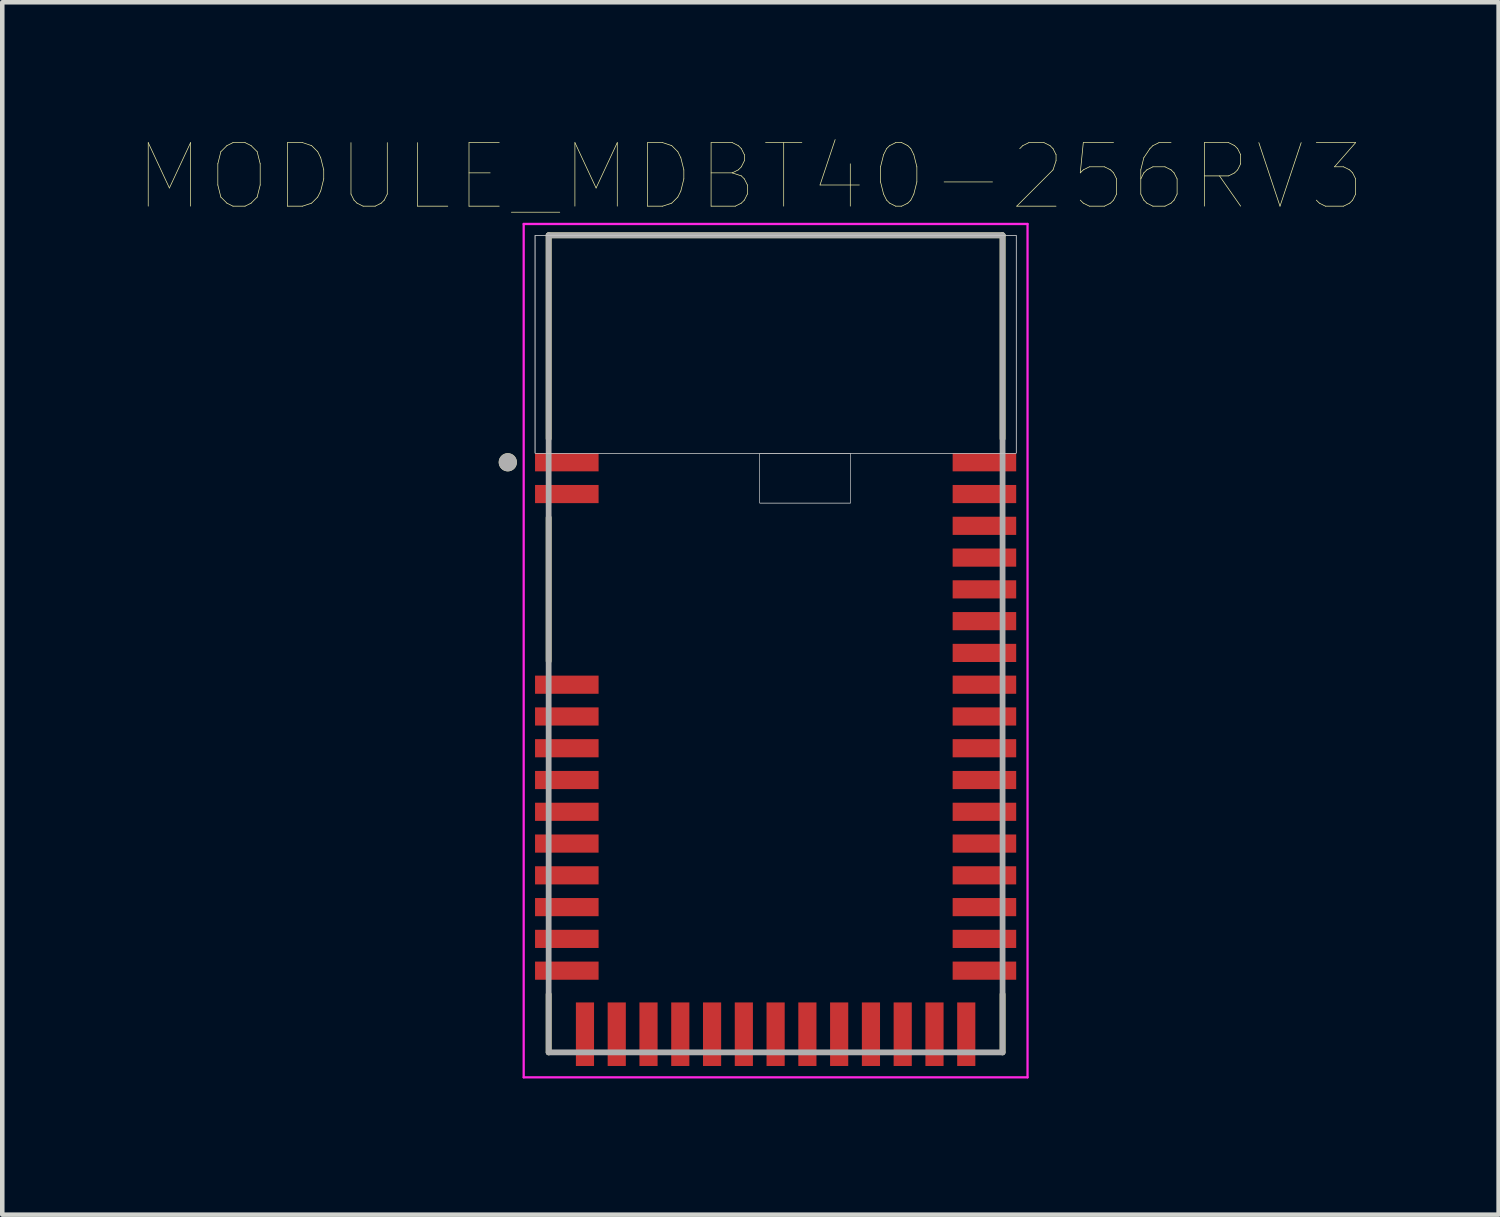
<source format=kicad_pcb>
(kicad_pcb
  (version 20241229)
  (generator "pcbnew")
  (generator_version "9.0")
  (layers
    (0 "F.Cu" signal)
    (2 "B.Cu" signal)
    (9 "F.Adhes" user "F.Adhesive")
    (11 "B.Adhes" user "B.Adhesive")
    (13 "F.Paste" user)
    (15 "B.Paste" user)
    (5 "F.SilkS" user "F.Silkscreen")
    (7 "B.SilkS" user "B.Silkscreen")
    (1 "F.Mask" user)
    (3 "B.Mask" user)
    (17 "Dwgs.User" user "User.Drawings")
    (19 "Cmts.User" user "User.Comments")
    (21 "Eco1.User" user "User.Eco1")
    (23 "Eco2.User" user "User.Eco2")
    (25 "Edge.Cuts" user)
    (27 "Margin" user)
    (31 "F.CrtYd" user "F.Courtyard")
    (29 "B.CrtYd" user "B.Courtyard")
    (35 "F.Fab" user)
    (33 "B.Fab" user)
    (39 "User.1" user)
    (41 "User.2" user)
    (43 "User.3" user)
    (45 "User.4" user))
  (footprint "MODULE_MDBT40-256RV3"
    (layer "F.Cu")
    (at 14.037 11.134)
    (property "Reference" "MODULE_MDBT40-256RV3" (at -0.555 -10.289 0) (layer "F.SilkS") (effects (font (size 1.4 1.4) (thickness 0.015))))
    (attr through_hole)
    (fp_line (start -5 -9) (end 5 -9) (stroke (width 0.127) (type solid)) (layer "F.SilkS"))
    (fp_line (start -5 -4.52) (end -5 -9) (stroke (width 0.127) (type solid)) (layer "F.SilkS"))
    (fp_line (start -5 -2.78) (end -5 0.38) (stroke (width 0.127) (type solid)) (layer "F.SilkS"))
    (fp_line (start -5 7.72) (end -5 9) (stroke (width 0.127) (type solid)) (layer "F.SilkS"))
    (fp_line (start 5 -9) (end 5 -4.52) (stroke (width 0.127) (type solid)) (layer "F.SilkS"))
    (fp_line (start 5 9) (end 5 7.72) (stroke (width 0.127) (type solid)) (layer "F.SilkS"))
    (fp_circle (center -5.9 -4) (end -5.8 -4) (stroke (width 0.2) (type solid)) (fill no) (layer "F.SilkS"))
    (fp_poly (pts (xy -5.3 -9) (xy 5.3 -9) (xy 5.3 -4.2) (xy -5.3 -4.2)) (stroke (width 0.01) (type solid)) (fill no) (layer "Dwgs.User"))
    (fp_poly (pts (xy -5.3 -9) (xy 5.3 -9) (xy 5.3 -4.2) (xy -5.3 -4.2)) (stroke (width 0.01) (type solid)) (fill no) (layer "Dwgs.User"))
    (fp_poly (pts (xy -5.3 -9) (xy 5.3 -9) (xy 5.3 -4.2) (xy -5.3 -4.2)) (stroke (width 0.01) (type solid)) (fill no) (layer "Dwgs.User"))
    (fp_poly (pts (xy -0.35 -4.2) (xy 1.65 -4.2) (xy 1.65 -3.1) (xy -0.35 -3.1)) (stroke (width 0.01) (type solid)) (fill no) (layer "Dwgs.User"))
    (fp_poly (pts (xy -0.35 -4.2) (xy 1.65 -4.2) (xy 1.65 -3.1) (xy -0.35 -3.1)) (stroke (width 0.01) (type solid)) (fill no) (layer "Dwgs.User"))
    (fp_line (start -5.55 -9.25) (end 5.55 -9.25) (stroke (width 0.05) (type solid)) (layer "F.CrtYd"))
    (fp_line (start -5.55 9.55) (end -5.55 -9.25) (stroke (width 0.05) (type solid)) (layer "F.CrtYd"))
    (fp_line (start 5.55 -9.25) (end 5.55 9.55) (stroke (width 0.05) (type solid)) (layer "F.CrtYd"))
    (fp_line (start 5.55 9.55) (end -5.55 9.55) (stroke (width 0.05) (type solid)) (layer "F.CrtYd"))
    (fp_line (start -5 -9) (end 5 -9) (stroke (width 0.127) (type solid)) (layer "F.Fab"))
    (fp_line (start -5 9) (end -5 -9) (stroke (width 0.127) (type solid)) (layer "F.Fab"))
    (fp_line (start -5 9) (end 5 9) (stroke (width 0.127) (type solid)) (layer "F.Fab"))
    (fp_line (start 5 9) (end 5 -9) (stroke (width 0.127) (type solid)) (layer "F.Fab"))
    (fp_circle (center -5.9 -4) (end -5.8 -4) (stroke (width 0.2) (type solid)) (fill no) (layer "F.Fab"))
    (pad "1" smd rect (at -4.6 -4) (size 1.4 0.4) (layers "F.Cu" "F.Mask" "F.Paste"))
    (pad "2" smd rect (at -4.6 -3.3) (size 1.4 0.4) (layers "F.Cu" "F.Mask" "F.Paste"))
    (pad "3" smd rect (at -4.6 0.9) (size 1.4 0.4) (layers "F.Cu" "F.Mask" "F.Paste"))
    (pad "4" smd rect (at -4.6 1.6) (size 1.4 0.4) (layers "F.Cu" "F.Mask" "F.Paste"))
    (pad "5" smd rect (at -4.6 2.3) (size 1.4 0.4) (layers "F.Cu" "F.Mask" "F.Paste"))
    (pad "6" smd rect (at -4.6 3) (size 1.4 0.4) (layers "F.Cu" "F.Mask" "F.Paste"))
    (pad "7" smd rect (at -4.6 3.7) (size 1.4 0.4) (layers "F.Cu" "F.Mask" "F.Paste"))
    (pad "8" smd rect (at -4.6 4.4) (size 1.4 0.4) (layers "F.Cu" "F.Mask" "F.Paste"))
    (pad "9" smd rect (at -4.6 5.1) (size 1.4 0.4) (layers "F.Cu" "F.Mask" "F.Paste"))
    (pad "10" smd rect (at -4.6 5.8) (size 1.4 0.4) (layers "F.Cu" "F.Mask" "F.Paste"))
    (pad "11" smd rect (at -4.6 6.5) (size 1.4 0.4) (layers "F.Cu" "F.Mask" "F.Paste"))
    (pad "12" smd rect (at -4.6 7.2) (size 1.4 0.4) (layers "F.Cu" "F.Mask" "F.Paste"))
    (pad "13" smd rect (at -4.2 8.6) (size 0.4 1.4) (layers "F.Cu" "F.Mask" "F.Paste"))
    (pad "14" smd rect (at -3.5 8.6) (size 0.4 1.4) (layers "F.Cu" "F.Mask" "F.Paste"))
    (pad "15" smd rect (at -2.8 8.6) (size 0.4 1.4) (layers "F.Cu" "F.Mask" "F.Paste"))
    (pad "16" smd rect (at -2.1 8.6) (size 0.4 1.4) (layers "F.Cu" "F.Mask" "F.Paste"))
    (pad "17" smd rect (at -1.4 8.6) (size 0.4 1.4) (layers "F.Cu" "F.Mask" "F.Paste"))
    (pad "18" smd rect (at -0.7 8.6) (size 0.4 1.4) (layers "F.Cu" "F.Mask" "F.Paste"))
    (pad "19" smd rect (at 0 8.6) (size 0.4 1.4) (layers "F.Cu" "F.Mask" "F.Paste"))
    (pad "20" smd rect (at 0.7 8.6) (size 0.4 1.4) (layers "F.Cu" "F.Mask" "F.Paste"))
    (pad "21" smd rect (at 1.4 8.6) (size 0.4 1.4) (layers "F.Cu" "F.Mask" "F.Paste"))
    (pad "22" smd rect (at 2.1 8.6) (size 0.4 1.4) (layers "F.Cu" "F.Mask" "F.Paste"))
    (pad "23" smd rect (at 2.8 8.6) (size 0.4 1.4) (layers "F.Cu" "F.Mask" "F.Paste"))
    (pad "24" smd rect (at 3.5 8.6) (size 0.4 1.4) (layers "F.Cu" "F.Mask" "F.Paste"))
    (pad "25" smd rect (at 4.2 8.6) (size 0.4 1.4) (layers "F.Cu" "F.Mask" "F.Paste"))
    (pad "26" smd rect (at 4.6 7.2) (size 1.4 0.4) (layers "F.Cu" "F.Mask" "F.Paste"))
    (pad "27" smd rect (at 4.6 6.5) (size 1.4 0.4) (layers "F.Cu" "F.Mask" "F.Paste"))
    (pad "28" smd rect (at 4.6 5.8) (size 1.4 0.4) (layers "F.Cu" "F.Mask" "F.Paste"))
    (pad "29" smd rect (at 4.6 5.1) (size 1.4 0.4) (layers "F.Cu" "F.Mask" "F.Paste"))
    (pad "30" smd rect (at 4.6 4.4) (size 1.4 0.4) (layers "F.Cu" "F.Mask" "F.Paste"))
    (pad "31" smd rect (at 4.6 3.7) (size 1.4 0.4) (layers "F.Cu" "F.Mask" "F.Paste"))
    (pad "32" smd rect (at 4.6 3) (size 1.4 0.4) (layers "F.Cu" "F.Mask" "F.Paste"))
    (pad "33" smd rect (at 4.6 2.3) (size 1.4 0.4) (layers "F.Cu" "F.Mask" "F.Paste"))
    (pad "34" smd rect (at 4.6 1.6) (size 1.4 0.4) (layers "F.Cu" "F.Mask" "F.Paste"))
    (pad "35" smd rect (at 4.6 0.9) (size 1.4 0.4) (layers "F.Cu" "F.Mask" "F.Paste"))
    (pad "36" smd rect (at 4.6 0.2) (size 1.4 0.4) (layers "F.Cu" "F.Mask" "F.Paste"))
    (pad "37" smd rect (at 4.6 -0.5) (size 1.4 0.4) (layers "F.Cu" "F.Mask" "F.Paste"))
    (pad "38" smd rect (at 4.6 -1.2) (size 1.4 0.4) (layers "F.Cu" "F.Mask" "F.Paste"))
    (pad "39" smd rect (at 4.6 -1.9) (size 1.4 0.4) (layers "F.Cu" "F.Mask" "F.Paste"))
    (pad "40" smd rect (at 4.6 -2.6) (size 1.4 0.4) (layers "F.Cu" "F.Mask" "F.Paste"))
    (pad "41" smd rect (at 4.6 -3.3) (size 1.4 0.4) (layers "F.Cu" "F.Mask" "F.Paste"))
    (pad "42" smd rect (at 4.6 -4) (size 1.4 0.4) (layers "F.Cu" "F.Mask" "F.Paste")))
  (gr_rect
    (start -3 -3)
    (end 29.965 23.709)
    (stroke (width 0.1) (type default))
    (fill no)
    (layer "Edge.Cuts")))
</source>
